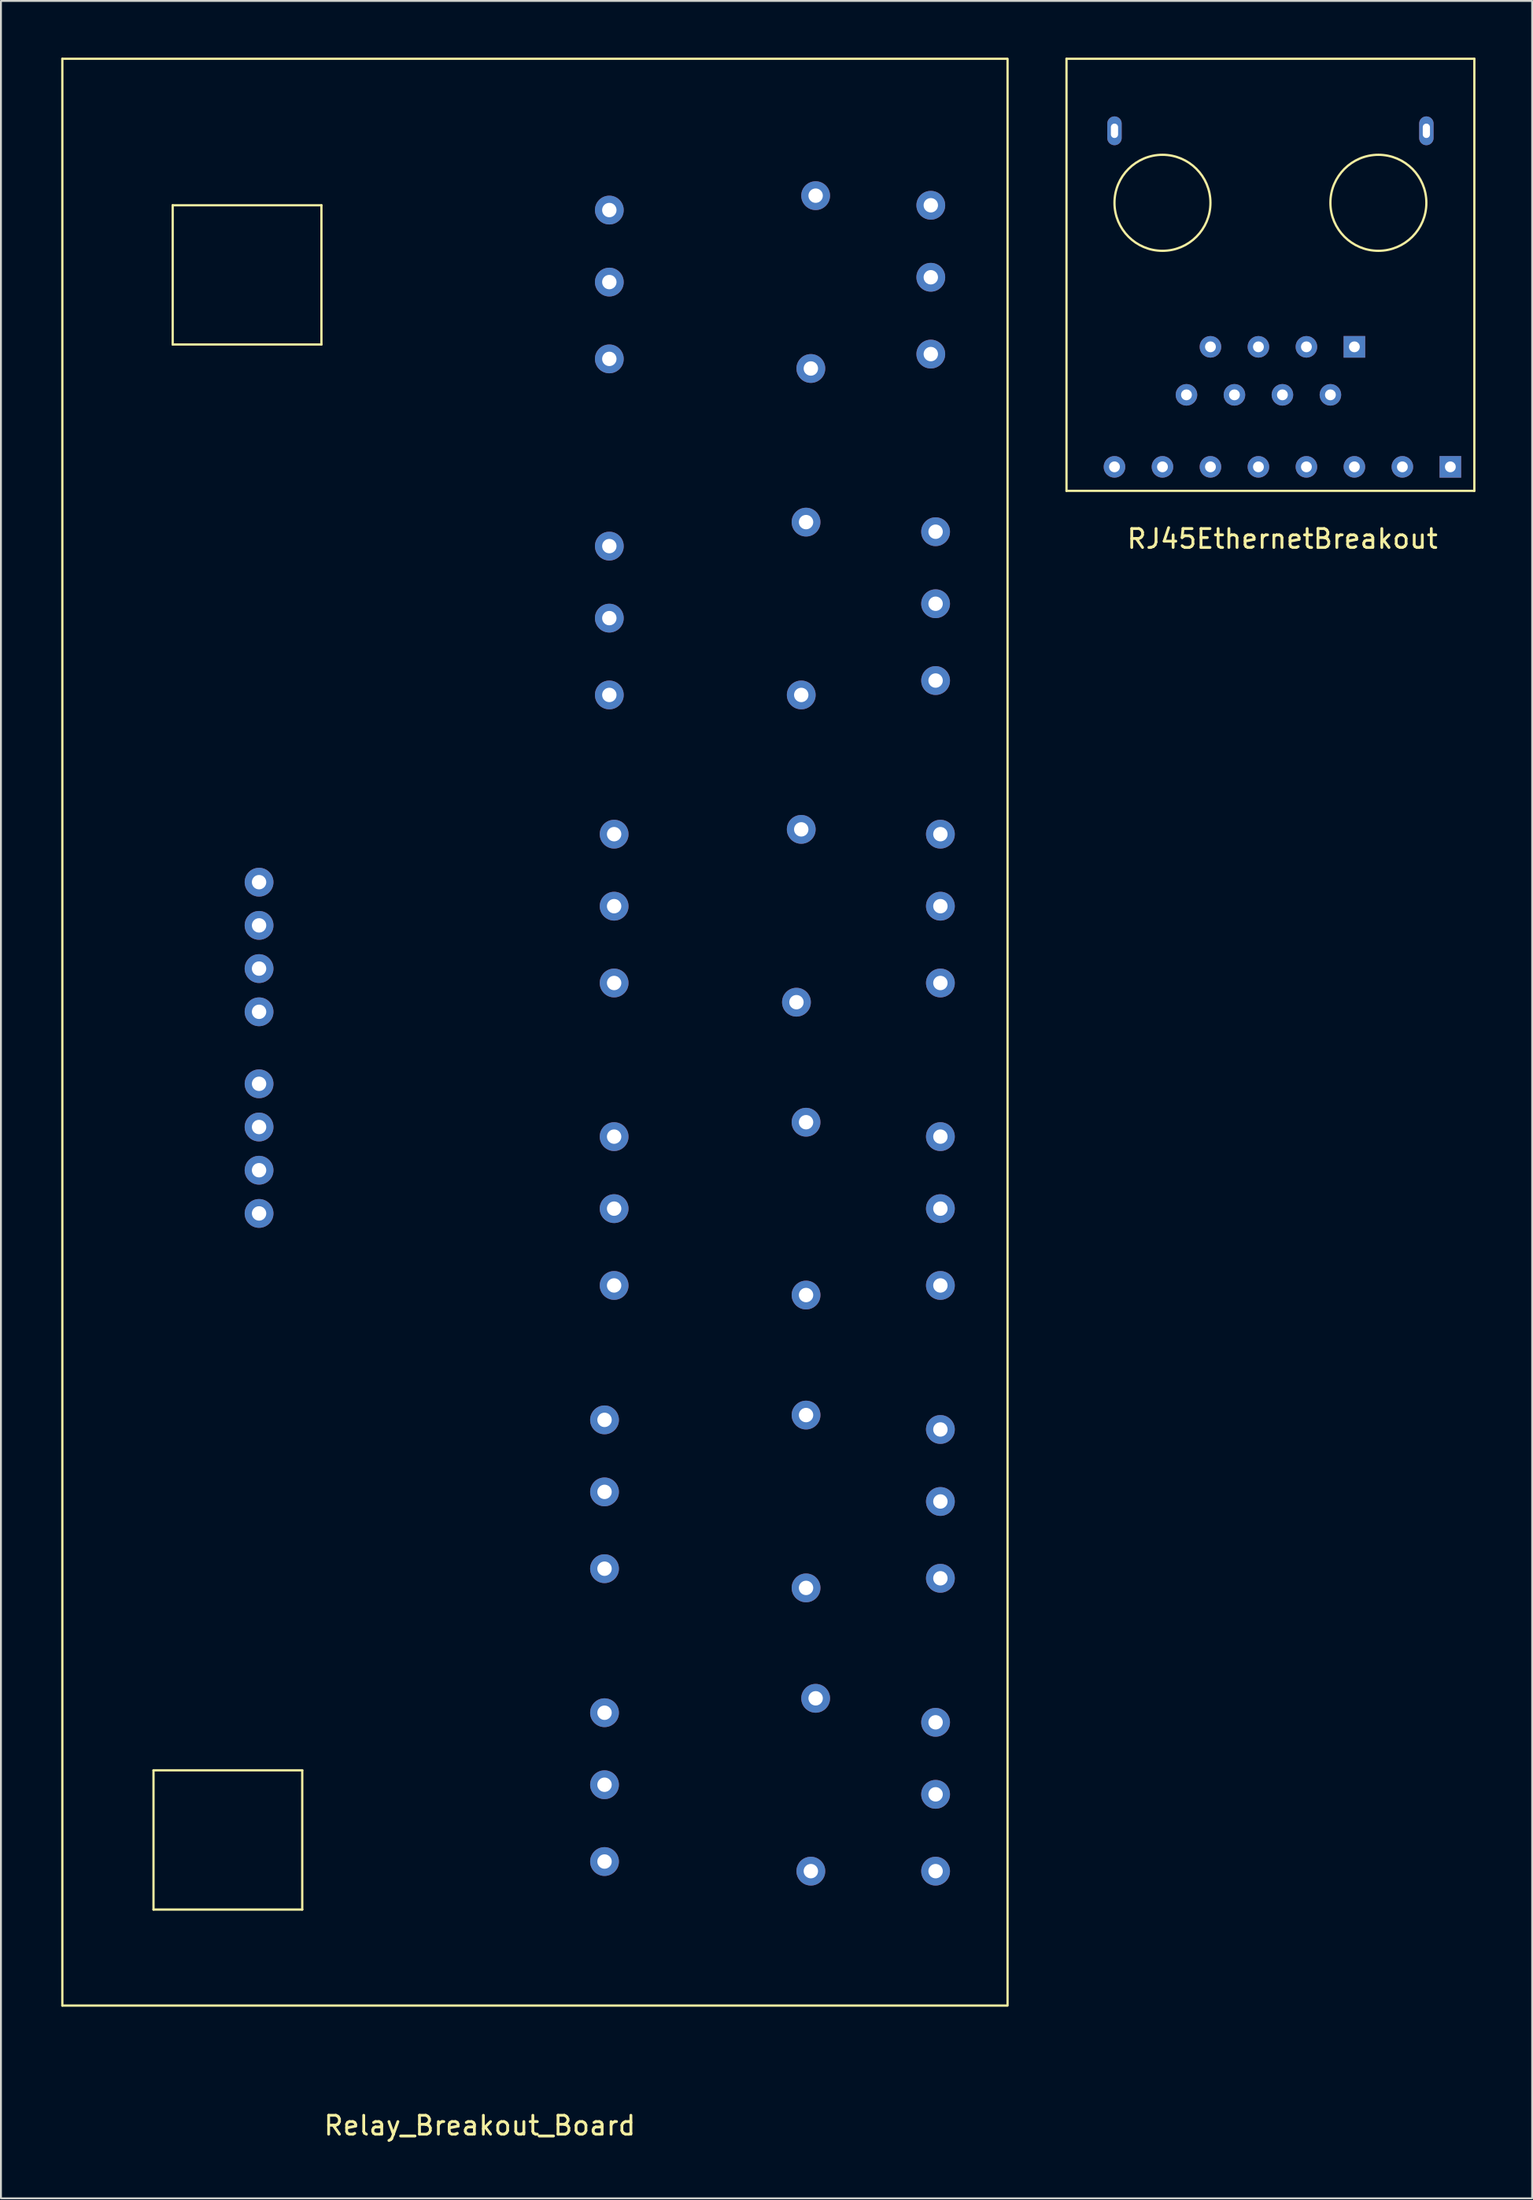
<source format=kicad_pcb>
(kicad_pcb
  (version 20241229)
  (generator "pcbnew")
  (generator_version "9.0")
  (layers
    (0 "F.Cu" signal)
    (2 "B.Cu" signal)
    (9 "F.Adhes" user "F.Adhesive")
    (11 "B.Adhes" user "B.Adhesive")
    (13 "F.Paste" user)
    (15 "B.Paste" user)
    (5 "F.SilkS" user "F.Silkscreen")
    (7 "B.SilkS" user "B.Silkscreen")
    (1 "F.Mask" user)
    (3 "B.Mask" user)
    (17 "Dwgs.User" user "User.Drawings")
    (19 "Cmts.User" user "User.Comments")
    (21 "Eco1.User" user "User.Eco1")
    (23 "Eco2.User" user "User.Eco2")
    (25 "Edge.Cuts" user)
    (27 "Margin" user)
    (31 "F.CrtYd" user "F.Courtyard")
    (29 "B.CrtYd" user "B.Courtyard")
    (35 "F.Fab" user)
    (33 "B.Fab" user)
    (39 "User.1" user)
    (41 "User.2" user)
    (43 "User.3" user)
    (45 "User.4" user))
  (footprint "Relay_Breakout_Board"
    (layer "F.Cu")
    (at 0.25 103.06)
    (property "Reference" "Relay_Breakout_Board" (at 22.098 6.35 0) (layer "F.SilkS") (effects (font (size 1 1) (thickness 0.15))))
    (attr through_hole)
    (fp_line (start 0 -103) (end 0 0) (stroke (width 0.12) (type solid)) (layer "F.SilkS"))
    (fp_line (start 0 0) (end 50 0) (stroke (width 0.12) (type solid)) (layer "F.SilkS"))
    (fp_line (start 4.826 -12.446) (end 4.826 -5.08) (stroke (width 0.12) (type solid)) (layer "F.SilkS"))
    (fp_line (start 4.826 -5.08) (end 12.7 -5.08) (stroke (width 0.12) (type solid)) (layer "F.SilkS"))
    (fp_line (start 5.842 -95.25) (end 5.842 -87.884) (stroke (width 0.12) (type solid)) (layer "F.SilkS"))
    (fp_line (start 5.842 -87.884) (end 13.716 -87.884) (stroke (width 0.12) (type solid)) (layer "F.SilkS"))
    (fp_line (start 12.7 -12.446) (end 4.826 -12.446) (stroke (width 0.12) (type solid)) (layer "F.SilkS"))
    (fp_line (start 12.7 -5.08) (end 12.7 -12.446) (stroke (width 0.12) (type solid)) (layer "F.SilkS"))
    (fp_line (start 13.716 -95.25) (end 5.842 -95.25) (stroke (width 0.12) (type solid)) (layer "F.SilkS"))
    (fp_line (start 13.716 -87.884) (end 13.716 -95.25) (stroke (width 0.12) (type solid)) (layer "F.SilkS"))
    (fp_line (start 50 -103) (end 0 -103) (stroke (width 0.12) (type solid)) (layer "F.SilkS"))
    (fp_line (start 50.038 0) (end 50.038 -103) (stroke (width 0.12) (type solid)) (layer "F.SilkS"))
    (pad "10" thru_hole circle (at 28.702 -27.178) (size 1.524 1.524) (drill 0.762) (layers "*.Cu" "*.Mask"))
    (pad "10" thru_hole circle (at 28.702 -11.684) (size 1.524 1.524) (drill 0.762) (layers "*.Cu" "*.Mask"))
    (pad "10" thru_hole circle (at 28.956 -91.186) (size 1.524 1.524) (drill 0.762) (layers "*.Cu" "*.Mask"))
    (pad "10" thru_hole circle (at 28.956 -73.406) (size 1.524 1.524) (drill 0.762) (layers "*.Cu" "*.Mask"))
    (pad "10" thru_hole circle (at 29.21 -58.166) (size 1.524 1.524) (drill 0.762) (layers "*.Cu" "*.Mask"))
    (pad "10" thru_hole circle (at 29.21 -42.164) (size 1.524 1.524) (drill 0.762) (layers "*.Cu" "*.Mask"))
    (pad "10" thru_hole circle (at 45.974 -91.44) (size 1.524 1.524) (drill 0.762) (layers "*.Cu" "*.Mask"))
    (pad "10" thru_hole circle (at 46.228 -74.168) (size 1.524 1.524) (drill 0.762) (layers "*.Cu" "*.Mask"))
    (pad "10" thru_hole circle (at 46.228 -11.176) (size 1.524 1.524) (drill 0.762) (layers "*.Cu" "*.Mask"))
    (pad "10" thru_hole circle (at 46.482 -58.166) (size 1.524 1.524) (drill 0.762) (layers "*.Cu" "*.Mask"))
    (pad "10" thru_hole circle (at 46.482 -42.164) (size 1.524 1.524) (drill 0.762) (layers "*.Cu" "*.Mask"))
    (pad "10" thru_hole circle (at 46.482 -26.67) (size 1.524 1.524) (drill 0.762) (layers "*.Cu" "*.Mask"))
    (pad "11" thru_hole circle (at 28.702 -23.114) (size 1.524 1.524) (drill 0.762) (layers "*.Cu" "*.Mask"))
    (pad "11" thru_hole circle (at 28.702 -7.62) (size 1.524 1.524) (drill 0.762) (layers "*.Cu" "*.Mask"))
    (pad "11" thru_hole circle (at 28.956 -87.122) (size 1.524 1.524) (drill 0.762) (layers "*.Cu" "*.Mask"))
    (pad "11" thru_hole circle (at 28.956 -69.342) (size 1.524 1.524) (drill 0.762) (layers "*.Cu" "*.Mask"))
    (pad "11" thru_hole circle (at 29.21 -54.102) (size 1.524 1.524) (drill 0.762) (layers "*.Cu" "*.Mask"))
    (pad "11" thru_hole circle (at 29.21 -38.1) (size 1.524 1.524) (drill 0.762) (layers "*.Cu" "*.Mask"))
    (pad "11" thru_hole circle (at 45.974 -87.376) (size 1.524 1.524) (drill 0.762) (layers "*.Cu" "*.Mask"))
    (pad "11" thru_hole circle (at 46.228 -70.104) (size 1.524 1.524) (drill 0.762) (layers "*.Cu" "*.Mask"))
    (pad "11" thru_hole circle (at 46.228 -7.112) (size 1.524 1.524) (drill 0.762) (layers "*.Cu" "*.Mask"))
    (pad "11" thru_hole circle (at 46.482 -54.102) (size 1.524 1.524) (drill 0.762) (layers "*.Cu" "*.Mask"))
    (pad "11" thru_hole circle (at 46.482 -38.1) (size 1.524 1.524) (drill 0.762) (layers "*.Cu" "*.Mask"))
    (pad "11" thru_hole circle (at 46.482 -22.606) (size 1.524 1.524) (drill 0.762) (layers "*.Cu" "*.Mask"))
    (pad "12" thru_hole circle (at 28.702 -30.988) (size 1.524 1.524) (drill 0.762) (layers "*.Cu" "*.Mask"))
    (pad "12" thru_hole circle (at 28.702 -15.494) (size 1.524 1.524) (drill 0.762) (layers "*.Cu" "*.Mask"))
    (pad "12" thru_hole circle (at 28.956 -94.996) (size 1.524 1.524) (drill 0.762) (layers "*.Cu" "*.Mask"))
    (pad "12" thru_hole circle (at 28.956 -77.216) (size 1.524 1.524) (drill 0.762) (layers "*.Cu" "*.Mask"))
    (pad "12" thru_hole circle (at 29.21 -61.976) (size 1.524 1.524) (drill 0.762) (layers "*.Cu" "*.Mask"))
    (pad "12" thru_hole circle (at 29.21 -45.974) (size 1.524 1.524) (drill 0.762) (layers "*.Cu" "*.Mask"))
    (pad "12" thru_hole circle (at 45.974 -95.25) (size 1.524 1.524) (drill 0.762) (layers "*.Cu" "*.Mask"))
    (pad "12" thru_hole circle (at 46.228 -77.978) (size 1.524 1.524) (drill 0.762) (layers "*.Cu" "*.Mask"))
    (pad "12" thru_hole circle (at 46.228 -14.986) (size 1.524 1.524) (drill 0.762) (layers "*.Cu" "*.Mask"))
    (pad "12" thru_hole circle (at 46.482 -61.976) (size 1.524 1.524) (drill 0.762) (layers "*.Cu" "*.Mask"))
    (pad "12" thru_hole circle (at 46.482 -45.974) (size 1.524 1.524) (drill 0.762) (layers "*.Cu" "*.Mask"))
    (pad "12" thru_hole circle (at 46.482 -30.48) (size 1.524 1.524) (drill 0.762) (layers "*.Cu" "*.Mask"))
    (pad "13" thru_hole circle (at 10.414 -59.436) (size 1.524 1.524) (drill 0.762) (layers "*.Cu" "*.Mask"))
    (pad "13" thru_hole circle (at 10.414 -48.768) (size 1.524 1.524) (drill 0.762) (layers "*.Cu" "*.Mask"))
    (pad "14" thru_hole circle (at 10.414 -57.15) (size 1.524 1.524) (drill 0.762) (layers "*.Cu" "*.Mask"))
    (pad "14" thru_hole circle (at 10.414 -46.482) (size 1.524 1.524) (drill 0.762) (layers "*.Cu" "*.Mask"))
    (pad "15" thru_hole circle (at 10.414 -54.864) (size 1.524 1.524) (drill 0.762) (layers "*.Cu" "*.Mask"))
    (pad "15" thru_hole circle (at 10.414 -44.196) (size 1.524 1.524) (drill 0.762) (layers "*.Cu" "*.Mask"))
    (pad "16" thru_hole circle (at 10.414 -52.578) (size 1.524 1.524) (drill 0.762) (layers "*.Cu" "*.Mask"))
    (pad "16" thru_hole circle (at 10.414 -41.91) (size 1.524 1.524) (drill 0.762) (layers "*.Cu" "*.Mask"))
    (pad "18" thru_hole circle (at 39.116 -62.23) (size 1.524 1.524) (drill 0.762) (layers "*.Cu" "*.Mask"))
    (pad "18" thru_hole circle (at 39.37 -78.486) (size 1.524 1.524) (drill 0.762) (layers "*.Cu" "*.Mask"))
    (pad "18" thru_hole circle (at 39.37 -46.736) (size 1.524 1.524) (drill 0.762) (layers "*.Cu" "*.Mask"))
    (pad "18" thru_hole circle (at 39.37 -31.242) (size 1.524 1.524) (drill 0.762) (layers "*.Cu" "*.Mask"))
    (pad "18" thru_hole circle (at 39.878 -95.758) (size 1.524 1.524) (drill 0.762) (layers "*.Cu" "*.Mask"))
    (pad "18" thru_hole circle (at 39.878 -16.256) (size 1.524 1.524) (drill 0.762) (layers "*.Cu" "*.Mask"))
    (pad "19" thru_hole circle (at 38.862 -53.086) (size 1.524 1.524) (drill 0.762) (layers "*.Cu" "*.Mask"))
    (pad "19" thru_hole circle (at 39.116 -69.342) (size 1.524 1.524) (drill 0.762) (layers "*.Cu" "*.Mask"))
    (pad "19" thru_hole circle (at 39.37 -37.592) (size 1.524 1.524) (drill 0.762) (layers "*.Cu" "*.Mask"))
    (pad "19" thru_hole circle (at 39.37 -22.098) (size 1.524 1.524) (drill 0.762) (layers "*.Cu" "*.Mask"))
    (pad "19" thru_hole circle (at 39.624 -86.614) (size 1.524 1.524) (drill 0.762) (layers "*.Cu" "*.Mask"))
    (pad "19" thru_hole circle (at 39.624 -7.112) (size 1.524 1.524) (drill 0.762) (layers "*.Cu" "*.Mask")))
  (footprint "RJ45EthernetBreakout"
    (layer "F.Cu")
    (at 64.838 11.49)
    (property "Reference" "RJ45EthernetBreakout" (at 0 13.97 0) (layer "F.SilkS") (effects (font (size 1 1) (thickness 0.15))))
    (attr through_hole)
    (fp_line (start -11.43 -11.43) (end 10.16 -11.43) (stroke (width 0.12) (type solid)) (layer "F.SilkS"))
    (fp_line (start -11.43 11.43) (end -11.43 -11.43) (stroke (width 0.12) (type solid)) (layer "F.SilkS"))
    (fp_line (start 10.16 -11.43) (end 10.16 11.43) (stroke (width 0.12) (type solid)) (layer "F.SilkS"))
    (fp_line (start 10.16 11.43) (end -11.43 11.43) (stroke (width 0.12) (type solid)) (layer "F.SilkS"))
    (fp_circle (center -6.35 -3.81) (end -3.81 -3.81) (stroke (width 0.12) (type solid)) (fill no) (layer "F.SilkS"))
    (fp_circle (center 5.08 -3.81) (end 5.08 -1.27) (stroke (width 0.12) (type solid)) (fill no) (layer "F.SilkS"))
    (pad "1" thru_hole oval (at -8.89 -7.62) (size 0.762 1.524) (drill oval 0.381 0.762) (layers "*.Cu" "*.Mask"))
    (pad "1" thru_hole rect (at 3.81 3.81) (size 1.143 1.143) (drill 0.572) (layers "*.Cu" "*.Mask"))
    (pad "1" thru_hole rect (at 8.89 10.16) (size 1.143 1.143) (drill 0.572) (layers "*.Cu" "*.Mask"))
    (pad "2" thru_hole circle (at 2.54 6.35) (size 1.143 1.143) (drill 0.572) (layers "*.Cu" "*.Mask"))
    (pad "2" thru_hole circle (at 6.35 10.16) (size 1.143 1.143) (drill 0.572) (layers "*.Cu" "*.Mask"))
    (pad "2" thru_hole oval (at 7.62 -7.62) (size 0.762 1.524) (drill oval 0.381 0.762) (layers "*.Cu" "*.Mask"))
    (pad "3" thru_hole circle (at 1.27 3.81) (size 1.143 1.143) (drill 0.572) (layers "*.Cu" "*.Mask"))
    (pad "3" thru_hole circle (at 3.81 10.16) (size 1.143 1.143) (drill 0.572) (layers "*.Cu" "*.Mask"))
    (pad "4" thru_hole circle (at 0 6.35) (size 1.143 1.143) (drill 0.572) (layers "*.Cu" "*.Mask"))
    (pad "4" thru_hole circle (at 1.27 10.16) (size 1.143 1.143) (drill 0.572) (layers "*.Cu" "*.Mask"))
    (pad "5" thru_hole circle (at -1.27 3.81) (size 1.143 1.143) (drill 0.572) (layers "*.Cu" "*.Mask"))
    (pad "5" thru_hole circle (at -1.27 10.16) (size 1.143 1.143) (drill 0.572) (layers "*.Cu" "*.Mask"))
    (pad "6" thru_hole circle (at -3.81 10.16) (size 1.143 1.143) (drill 0.572) (layers "*.Cu" "*.Mask"))
    (pad "6" thru_hole circle (at -2.54 6.35) (size 1.143 1.143) (drill 0.572) (layers "*.Cu" "*.Mask"))
    (pad "7" thru_hole circle (at -6.35 10.16) (size 1.143 1.143) (drill 0.572) (layers "*.Cu" "*.Mask"))
    (pad "7" thru_hole circle (at -3.81 3.81) (size 1.143 1.143) (drill 0.572) (layers "*.Cu" "*.Mask"))
    (pad "8" thru_hole circle (at -8.89 10.16) (size 1.143 1.143) (drill 0.572) (layers "*.Cu" "*.Mask"))
    (pad "8" thru_hole circle (at -5.08 6.35) (size 1.143 1.143) (drill 0.572) (layers "*.Cu" "*.Mask")))
  (gr_rect
    (start -3 -3)
    (end 78.058 113.258)
    (stroke (width 0.1) (type default))
    (fill no)
    (layer "Edge.Cuts")))
</source>
